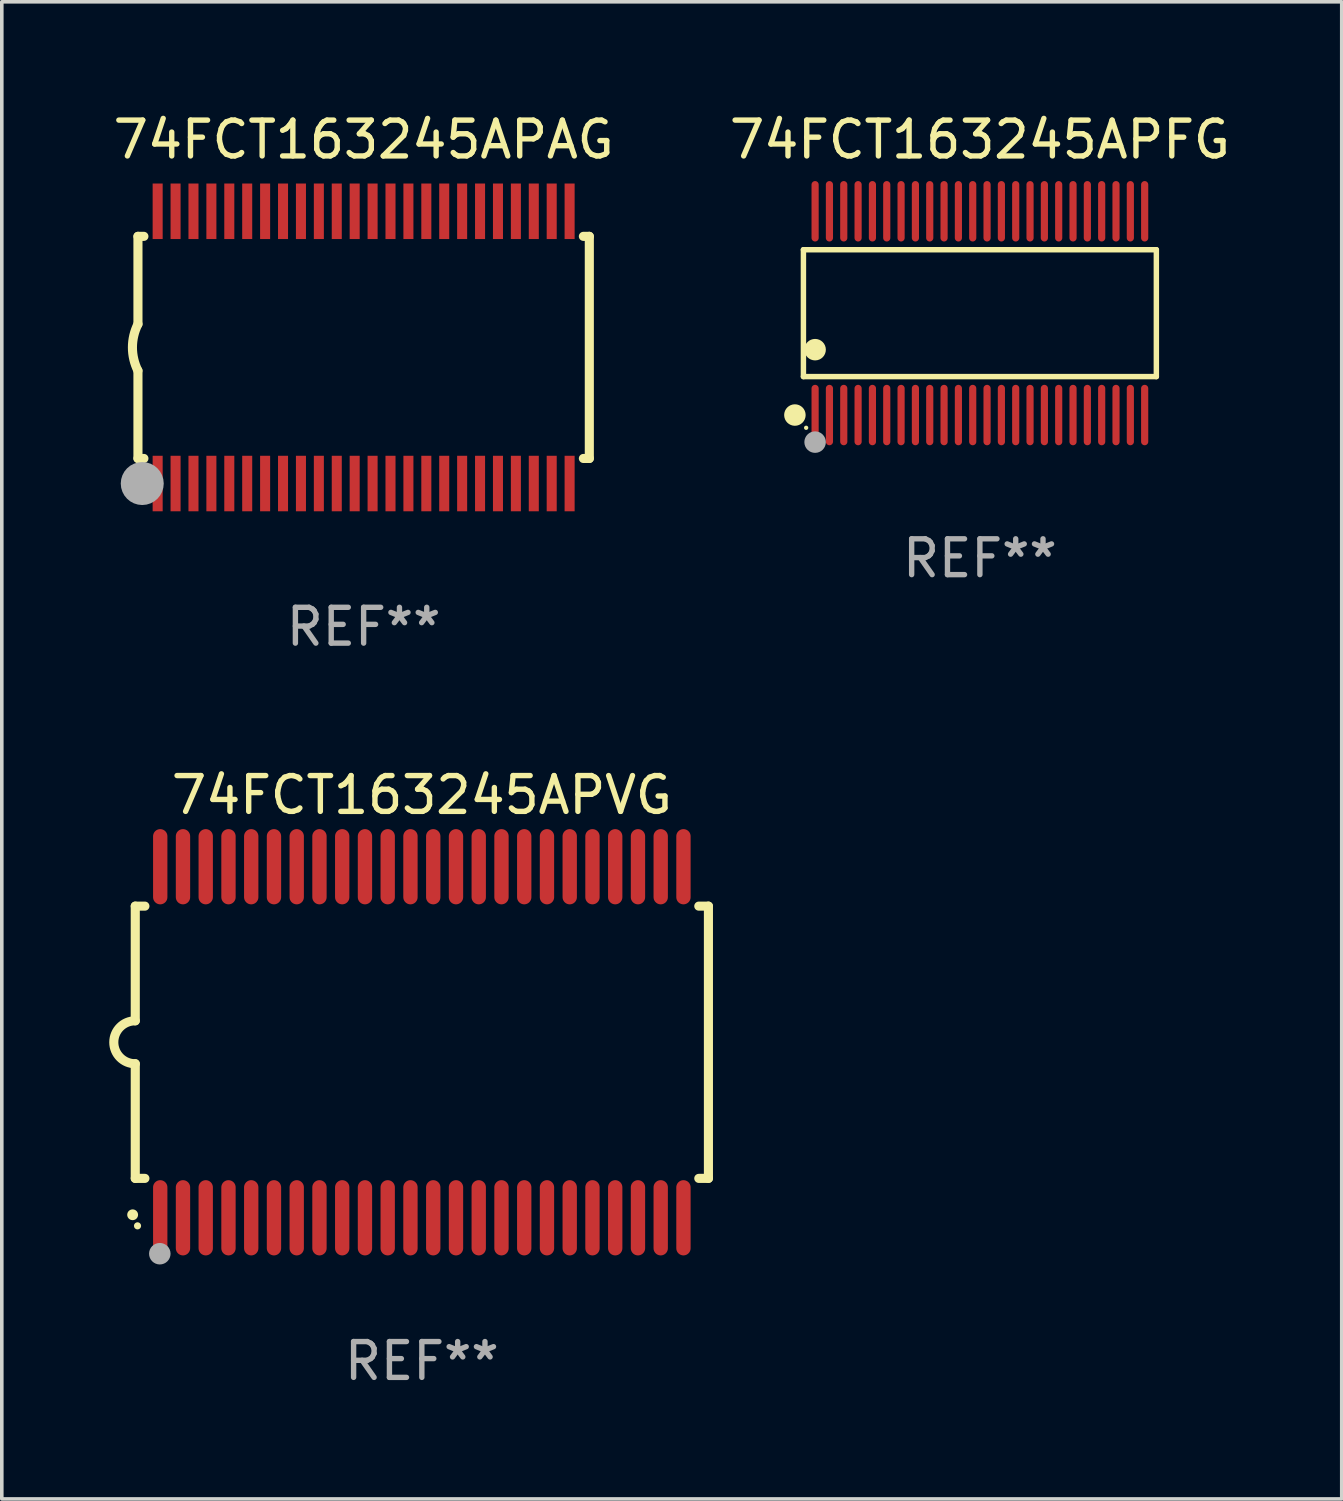
<source format=kicad_pcb>
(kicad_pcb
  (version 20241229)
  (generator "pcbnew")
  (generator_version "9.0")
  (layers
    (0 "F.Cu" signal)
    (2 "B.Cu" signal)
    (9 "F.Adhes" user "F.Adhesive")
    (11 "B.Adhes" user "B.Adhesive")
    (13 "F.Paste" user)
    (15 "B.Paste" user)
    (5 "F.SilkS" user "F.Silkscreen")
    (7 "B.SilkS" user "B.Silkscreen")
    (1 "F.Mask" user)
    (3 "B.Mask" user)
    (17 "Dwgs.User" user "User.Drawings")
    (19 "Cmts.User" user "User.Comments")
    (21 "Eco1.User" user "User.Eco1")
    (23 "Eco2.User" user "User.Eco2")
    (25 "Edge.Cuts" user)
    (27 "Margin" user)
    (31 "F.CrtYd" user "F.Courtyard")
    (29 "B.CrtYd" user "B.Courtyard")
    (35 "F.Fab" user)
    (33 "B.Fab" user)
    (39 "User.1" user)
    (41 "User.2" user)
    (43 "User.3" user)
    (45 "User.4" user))
  (footprint "74FCT163245APAG"
    (layer "F.Cu")
    (at 7.101 6.648)
    (property "Reference" "74FCT163245APAG" (at 0 -5.8 0) (layer "F.SilkS") (effects (font (size 1 1) (thickness 0.15))))
    (attr through_hole)
    (fp_line (start -6.3 -3.1) (end -6.3 -0.65) (stroke (width 0.254) (type solid)) (layer "F.SilkS"))
    (fp_line (start -6.3 -3.1) (end -6.134 -3.1) (stroke (width 0.254) (type solid)) (layer "F.SilkS"))
    (fp_line (start -6.3 3.1) (end -6.3 0.65) (stroke (width 0.254) (type solid)) (layer "F.SilkS"))
    (fp_line (start -6.3 3.1) (end -6.134 3.1) (stroke (width 0.254) (type solid)) (layer "F.SilkS"))
    (fp_line (start 6.134 -3.1) (end 6.3 -3.1) (stroke (width 0.254) (type solid)) (layer "F.SilkS"))
    (fp_line (start 6.134 3.1) (end 6.3 3.1) (stroke (width 0.254) (type solid)) (layer "F.SilkS"))
    (fp_line (start 6.3 -3.1) (end 6.3 3.1) (stroke (width 0.254) (type solid)) (layer "F.SilkS"))
    (fp_arc (start -6.301016 0.650114) (mid -6.45413 -0.000082) (end -6.3 -0.650038) (stroke (width 0.254001) (type solid)) (layer "F.SilkS"))
    (fp_circle (center -6.35 3.81) (end -6.223 3.81) (stroke (width 0.254) (type solid)) (fill no) (layer "F.SilkS"))
    (fp_circle (center -6.25 4.05) (end -6.22 4.05) (stroke (width 0.06) (type solid)) (fill no) (layer "F.SilkS"))
    (fp_circle (center -6.18 3.8) (end -5.88 3.8) (stroke (width 0.6) (type solid)) (fill no) (layer "F.Fab"))
    (fp_text user "REF**" (at 0 7.8 0) (layer "F.Fab") (effects (font (size 1 1) (thickness 0.15))))
    (pad "1" smd rect (at -5.75 3.8) (size 0.28 1.55) (layers "F.Cu" "F.Mask" "F.Paste"))
    (pad "2" smd rect (at -5.25 3.8) (size 0.28 1.55) (layers "F.Cu" "F.Mask" "F.Paste"))
    (pad "3" smd rect (at -4.75 3.8) (size 0.28 1.55) (layers "F.Cu" "F.Mask" "F.Paste"))
    (pad "4" smd rect (at -4.25 3.8) (size 0.28 1.55) (layers "F.Cu" "F.Mask" "F.Paste"))
    (pad "5" smd rect (at -3.75 3.8) (size 0.28 1.55) (layers "F.Cu" "F.Mask" "F.Paste"))
    (pad "6" smd rect (at -3.25 3.8) (size 0.28 1.55) (layers "F.Cu" "F.Mask" "F.Paste"))
    (pad "7" smd rect (at -2.75 3.8) (size 0.28 1.55) (layers "F.Cu" "F.Mask" "F.Paste"))
    (pad "8" smd rect (at -2.25 3.8) (size 0.28 1.55) (layers "F.Cu" "F.Mask" "F.Paste"))
    (pad "9" smd rect (at -1.75 3.8) (size 0.28 1.55) (layers "F.Cu" "F.Mask" "F.Paste"))
    (pad "10" smd rect (at -1.25 3.8) (size 0.28 1.55) (layers "F.Cu" "F.Mask" "F.Paste"))
    (pad "11" smd rect (at -0.75 3.8) (size 0.28 1.55) (layers "F.Cu" "F.Mask" "F.Paste"))
    (pad "12" smd rect (at -0.25 3.8) (size 0.28 1.55) (layers "F.Cu" "F.Mask" "F.Paste"))
    (pad "13" smd rect (at 0.25 3.8) (size 0.28 1.55) (layers "F.Cu" "F.Mask" "F.Paste"))
    (pad "14" smd rect (at 0.75 3.8) (size 0.28 1.55) (layers "F.Cu" "F.Mask" "F.Paste"))
    (pad "15" smd rect (at 1.25 3.8) (size 0.28 1.55) (layers "F.Cu" "F.Mask" "F.Paste"))
    (pad "16" smd rect (at 1.75 3.8) (size 0.28 1.55) (layers "F.Cu" "F.Mask" "F.Paste"))
    (pad "17" smd rect (at 2.25 3.8) (size 0.28 1.55) (layers "F.Cu" "F.Mask" "F.Paste"))
    (pad "18" smd rect (at 2.75 3.8) (size 0.28 1.55) (layers "F.Cu" "F.Mask" "F.Paste"))
    (pad "19" smd rect (at 3.25 3.8) (size 0.28 1.55) (layers "F.Cu" "F.Mask" "F.Paste"))
    (pad "20" smd rect (at 3.75 3.8) (size 0.28 1.55) (layers "F.Cu" "F.Mask" "F.Paste"))
    (pad "21" smd rect (at 4.25 3.8) (size 0.28 1.55) (layers "F.Cu" "F.Mask" "F.Paste"))
    (pad "22" smd rect (at 4.75 3.8) (size 0.28 1.55) (layers "F.Cu" "F.Mask" "F.Paste"))
    (pad "23" smd rect (at 5.25 3.8) (size 0.28 1.55) (layers "F.Cu" "F.Mask" "F.Paste"))
    (pad "24" smd rect (at 5.75 3.8) (size 0.28 1.55) (layers "F.Cu" "F.Mask" "F.Paste"))
    (pad "25" smd rect (at 5.75 -3.8) (size 0.28 1.55) (layers "F.Cu" "F.Mask" "F.Paste"))
    (pad "26" smd rect (at 5.25 -3.8) (size 0.28 1.55) (layers "F.Cu" "F.Mask" "F.Paste"))
    (pad "27" smd rect (at 4.75 -3.8) (size 0.28 1.55) (layers "F.Cu" "F.Mask" "F.Paste"))
    (pad "28" smd rect (at 4.25 -3.8) (size 0.28 1.55) (layers "F.Cu" "F.Mask" "F.Paste"))
    (pad "29" smd rect (at 3.75 -3.8) (size 0.28 1.55) (layers "F.Cu" "F.Mask" "F.Paste"))
    (pad "30" smd rect (at 3.25 -3.8) (size 0.28 1.55) (layers "F.Cu" "F.Mask" "F.Paste"))
    (pad "31" smd rect (at 2.75 -3.8) (size 0.28 1.55) (layers "F.Cu" "F.Mask" "F.Paste"))
    (pad "32" smd rect (at 2.25 -3.8) (size 0.28 1.55) (layers "F.Cu" "F.Mask" "F.Paste"))
    (pad "33" smd rect (at 1.75 -3.8) (size 0.28 1.55) (layers "F.Cu" "F.Mask" "F.Paste"))
    (pad "34" smd rect (at 1.25 -3.8) (size 0.28 1.55) (layers "F.Cu" "F.Mask" "F.Paste"))
    (pad "35" smd rect (at 0.75 -3.8) (size 0.28 1.55) (layers "F.Cu" "F.Mask" "F.Paste"))
    (pad "36" smd rect (at 0.25 -3.8) (size 0.28 1.55) (layers "F.Cu" "F.Mask" "F.Paste"))
    (pad "37" smd rect (at -0.25 -3.8) (size 0.28 1.55) (layers "F.Cu" "F.Mask" "F.Paste"))
    (pad "38" smd rect (at -0.75 -3.8) (size 0.28 1.55) (layers "F.Cu" "F.Mask" "F.Paste"))
    (pad "39" smd rect (at -1.25 -3.8) (size 0.28 1.55) (layers "F.Cu" "F.Mask" "F.Paste"))
    (pad "40" smd rect (at -1.75 -3.8) (size 0.28 1.55) (layers "F.Cu" "F.Mask" "F.Paste"))
    (pad "41" smd rect (at -2.25 -3.8) (size 0.28 1.55) (layers "F.Cu" "F.Mask" "F.Paste"))
    (pad "42" smd rect (at -2.75 -3.8) (size 0.28 1.55) (layers "F.Cu" "F.Mask" "F.Paste"))
    (pad "43" smd rect (at -3.25 -3.8) (size 0.28 1.55) (layers "F.Cu" "F.Mask" "F.Paste"))
    (pad "44" smd rect (at -3.75 -3.8) (size 0.28 1.55) (layers "F.Cu" "F.Mask" "F.Paste"))
    (pad "45" smd rect (at -4.25 -3.8) (size 0.28 1.55) (layers "F.Cu" "F.Mask" "F.Paste"))
    (pad "46" smd rect (at -4.75 -3.8) (size 0.28 1.55) (layers "F.Cu" "F.Mask" "F.Paste"))
    (pad "47" smd rect (at -5.25 -3.8) (size 0.28 1.55) (layers "F.Cu" "F.Mask" "F.Paste"))
    (pad "48" smd rect (at -5.75 -3.8) (size 0.28 1.55) (layers "F.Cu" "F.Mask" "F.Paste")))
  (footprint "74FCT163245APFG"
    (layer "F.Cu")
    (at 24.304 5.692)
    (property "Reference" "74FCT163245APFG" (at 0 -4.844 0) (layer "F.SilkS") (effects (font (size 1 1) (thickness 0.15))))
    (attr through_hole)
    (fp_line (start -4.926 -1.771) (end 4.926 -1.771) (stroke (width 0.152) (type solid)) (layer "F.SilkS"))
    (fp_line (start -4.926 1.771) (end -4.926 -1.771) (stroke (width 0.152) (type solid)) (layer "F.SilkS"))
    (fp_line (start 4.926 -1.771) (end 4.926 1.771) (stroke (width 0.152) (type solid)) (layer "F.SilkS"))
    (fp_line (start 4.926 1.771) (end -4.926 1.771) (stroke (width 0.152) (type solid)) (layer "F.SilkS"))
    (fp_circle (center -5.164 2.844) (end -5.014 2.844) (stroke (width 0.3) (type solid)) (fill no) (layer "F.SilkS"))
    (fp_circle (center -4.85 3.2) (end -4.82 3.2) (stroke (width 0.06) (type solid)) (fill no) (layer "F.SilkS"))
    (fp_circle (center -4.6 1.019) (end -4.45 1.019) (stroke (width 0.3) (type solid)) (fill no) (layer "F.SilkS"))
    (fp_circle (center -4.6 3.6) (end -4.45 3.6) (stroke (width 0.3) (type solid)) (fill no) (layer "F.Fab"))
    (fp_text user "REF**" (at 0 6.844 0) (layer "F.Fab") (effects (font (size 1 1) (thickness 0.15))))
    (pad "1" smd oval (at -4.6 2.844) (size 0.2 1.687) (layers "F.Cu" "F.Mask" "F.Paste"))
    (pad "2" smd oval (at -4.2 2.844) (size 0.2 1.687) (layers "F.Cu" "F.Mask" "F.Paste"))
    (pad "3" smd oval (at -3.8 2.844) (size 0.2 1.687) (layers "F.Cu" "F.Mask" "F.Paste"))
    (pad "4" smd oval (at -3.4 2.844) (size 0.2 1.687) (layers "F.Cu" "F.Mask" "F.Paste"))
    (pad "5" smd oval (at -3 2.844) (size 0.2 1.687) (layers "F.Cu" "F.Mask" "F.Paste"))
    (pad "6" smd oval (at -2.6 2.844) (size 0.2 1.687) (layers "F.Cu" "F.Mask" "F.Paste"))
    (pad "7" smd oval (at -2.2 2.844) (size 0.2 1.687) (layers "F.Cu" "F.Mask" "F.Paste"))
    (pad "8" smd oval (at -1.8 2.844) (size 0.2 1.687) (layers "F.Cu" "F.Mask" "F.Paste"))
    (pad "9" smd oval (at -1.4 2.844) (size 0.2 1.687) (layers "F.Cu" "F.Mask" "F.Paste"))
    (pad "10" smd oval (at -1 2.844) (size 0.2 1.687) (layers "F.Cu" "F.Mask" "F.Paste"))
    (pad "11" smd oval (at -0.6 2.844) (size 0.2 1.687) (layers "F.Cu" "F.Mask" "F.Paste"))
    (pad "12" smd oval (at -0.2 2.844) (size 0.2 1.687) (layers "F.Cu" "F.Mask" "F.Paste"))
    (pad "13" smd oval (at 0.2 2.844) (size 0.2 1.687) (layers "F.Cu" "F.Mask" "F.Paste"))
    (pad "14" smd oval (at 0.6 2.844) (size 0.2 1.687) (layers "F.Cu" "F.Mask" "F.Paste"))
    (pad "15" smd oval (at 1 2.844) (size 0.2 1.687) (layers "F.Cu" "F.Mask" "F.Paste"))
    (pad "16" smd oval (at 1.4 2.844) (size 0.2 1.687) (layers "F.Cu" "F.Mask" "F.Paste"))
    (pad "17" smd oval (at 1.8 2.844) (size 0.2 1.687) (layers "F.Cu" "F.Mask" "F.Paste"))
    (pad "18" smd oval (at 2.2 2.844) (size 0.2 1.687) (layers "F.Cu" "F.Mask" "F.Paste"))
    (pad "19" smd oval (at 2.6 2.844) (size 0.2 1.687) (layers "F.Cu" "F.Mask" "F.Paste"))
    (pad "20" smd oval (at 3 2.844) (size 0.2 1.687) (layers "F.Cu" "F.Mask" "F.Paste"))
    (pad "21" smd oval (at 3.4 2.844) (size 0.2 1.687) (layers "F.Cu" "F.Mask" "F.Paste"))
    (pad "22" smd oval (at 3.8 2.844) (size 0.2 1.687) (layers "F.Cu" "F.Mask" "F.Paste"))
    (pad "23" smd oval (at 4.2 2.844) (size 0.2 1.687) (layers "F.Cu" "F.Mask" "F.Paste"))
    (pad "24" smd oval (at 4.6 2.844) (size 0.2 1.687) (layers "F.Cu" "F.Mask" "F.Paste"))
    (pad "25" smd oval (at 4.6 -2.844) (size 0.2 1.687) (layers "F.Cu" "F.Mask" "F.Paste"))
    (pad "26" smd oval (at 4.2 -2.844) (size 0.2 1.687) (layers "F.Cu" "F.Mask" "F.Paste"))
    (pad "27" smd oval (at 3.8 -2.844) (size 0.2 1.687) (layers "F.Cu" "F.Mask" "F.Paste"))
    (pad "28" smd oval (at 3.4 -2.844) (size 0.2 1.687) (layers "F.Cu" "F.Mask" "F.Paste"))
    (pad "29" smd oval (at 3 -2.844) (size 0.2 1.687) (layers "F.Cu" "F.Mask" "F.Paste"))
    (pad "30" smd oval (at 2.6 -2.844) (size 0.2 1.687) (layers "F.Cu" "F.Mask" "F.Paste"))
    (pad "31" smd oval (at 2.2 -2.844) (size 0.2 1.687) (layers "F.Cu" "F.Mask" "F.Paste"))
    (pad "32" smd oval (at 1.8 -2.844) (size 0.2 1.687) (layers "F.Cu" "F.Mask" "F.Paste"))
    (pad "33" smd oval (at 1.4 -2.844) (size 0.2 1.687) (layers "F.Cu" "F.Mask" "F.Paste"))
    (pad "34" smd oval (at 1 -2.844) (size 0.2 1.687) (layers "F.Cu" "F.Mask" "F.Paste"))
    (pad "35" smd oval (at 0.6 -2.844) (size 0.2 1.687) (layers "F.Cu" "F.Mask" "F.Paste"))
    (pad "36" smd oval (at 0.2 -2.844) (size 0.2 1.687) (layers "F.Cu" "F.Mask" "F.Paste"))
    (pad "37" smd oval (at -0.2 -2.844) (size 0.2 1.687) (layers "F.Cu" "F.Mask" "F.Paste"))
    (pad "38" smd oval (at -0.6 -2.844) (size 0.2 1.687) (layers "F.Cu" "F.Mask" "F.Paste"))
    (pad "39" smd oval (at -1 -2.844) (size 0.2 1.687) (layers "F.Cu" "F.Mask" "F.Paste"))
    (pad "40" smd oval (at -1.4 -2.844) (size 0.2 1.687) (layers "F.Cu" "F.Mask" "F.Paste"))
    (pad "41" smd oval (at -1.8 -2.844) (size 0.2 1.687) (layers "F.Cu" "F.Mask" "F.Paste"))
    (pad "42" smd oval (at -2.2 -2.844) (size 0.2 1.687) (layers "F.Cu" "F.Mask" "F.Paste"))
    (pad "43" smd oval (at -2.6 -2.844) (size 0.2 1.687) (layers "F.Cu" "F.Mask" "F.Paste"))
    (pad "44" smd oval (at -3 -2.844) (size 0.2 1.687) (layers "F.Cu" "F.Mask" "F.Paste"))
    (pad "45" smd oval (at -3.4 -2.844) (size 0.2 1.687) (layers "F.Cu" "F.Mask" "F.Paste"))
    (pad "46" smd oval (at -3.8 -2.844) (size 0.2 1.687) (layers "F.Cu" "F.Mask" "F.Paste"))
    (pad "47" smd oval (at -4.2 -2.844) (size 0.2 1.687) (layers "F.Cu" "F.Mask" "F.Paste"))
    (pad "48" smd oval (at -4.6 -2.844) (size 0.2 1.687) (layers "F.Cu" "F.Mask" "F.Paste")))
  (footprint "74FCT163245APVG"
    (layer "F.Cu")
    (at 8.726 26.045)
    (property "Reference" "74FCT163245APVG" (at 0 -6.9 0) (layer "F.SilkS") (effects (font (size 1 1) (thickness 0.15))))
    (attr through_hole)
    (fp_line (start -8 -3.8) (end -8 -0.599) (stroke (width 0.254) (type solid)) (layer "F.SilkS"))
    (fp_line (start -8 -3.8) (end -7.731 -3.8) (stroke (width 0.254) (type solid)) (layer "F.SilkS"))
    (fp_line (start -8 3.8) (end -8 0.599) (stroke (width 0.254) (type solid)) (layer "F.SilkS"))
    (fp_line (start -7.731 3.8) (end -8 3.8) (stroke (width 0.254) (type solid)) (layer "F.SilkS"))
    (fp_line (start 7.731 -3.8) (end 8 -3.8) (stroke (width 0.254) (type solid)) (layer "F.SilkS"))
    (fp_line (start 8 -3.8) (end 8 3.8) (stroke (width 0.254) (type solid)) (layer "F.SilkS"))
    (fp_line (start 8 3.8) (end 7.731 3.8) (stroke (width 0.254) (type solid)) (layer "F.SilkS"))
    (fp_arc (start -8.074676 4.81585) (mid -8.073406 4.815845) (end -8.072136 4.81585) (stroke (width 0.3) (type solid)) (layer "F.SilkS"))
    (fp_arc (start -8.000025 0.6) (mid -8.598908 0.00056) (end -8.000027 -0.598882) (stroke (width 0.254001) (type solid)) (layer "F.SilkS"))
    (fp_circle (center -7.937 5.125) (end -7.887 5.125) (stroke (width 0.1) (type solid)) (fill no) (layer "F.SilkS"))
    (fp_circle (center -7.315 5.903) (end -7.165 5.903) (stroke (width 0.3) (type solid)) (fill no) (layer "F.Fab"))
    (fp_text user "REF**" (at 0 8.9 0) (layer "F.Fab") (effects (font (size 1 1) (thickness 0.15))))
    (pad "1" smd oval (at -7.303 4.9) (size 0.4 2.1) (layers "F.Cu" "F.Mask" "F.Paste"))
    (pad "2" smd oval (at -6.668 4.9) (size 0.4 2.1) (layers "F.Cu" "F.Mask" "F.Paste"))
    (pad "3" smd oval (at -6.033 4.9) (size 0.4 2.1) (layers "F.Cu" "F.Mask" "F.Paste"))
    (pad "4" smd oval (at -5.398 4.9) (size 0.4 2.1) (layers "F.Cu" "F.Mask" "F.Paste"))
    (pad "5" smd oval (at -4.763 4.9) (size 0.4 2.1) (layers "F.Cu" "F.Mask" "F.Paste"))
    (pad "6" smd oval (at -4.128 4.9) (size 0.4 2.1) (layers "F.Cu" "F.Mask" "F.Paste"))
    (pad "7" smd oval (at -3.493 4.9) (size 0.4 2.1) (layers "F.Cu" "F.Mask" "F.Paste"))
    (pad "8" smd oval (at -2.858 4.9) (size 0.4 2.1) (layers "F.Cu" "F.Mask" "F.Paste"))
    (pad "9" smd oval (at -2.223 4.9) (size 0.4 2.1) (layers "F.Cu" "F.Mask" "F.Paste"))
    (pad "10" smd oval (at -1.588 4.9) (size 0.4 2.1) (layers "F.Cu" "F.Mask" "F.Paste"))
    (pad "11" smd oval (at -0.953 4.9) (size 0.4 2.1) (layers "F.Cu" "F.Mask" "F.Paste"))
    (pad "12" smd oval (at -0.318 4.9) (size 0.4 2.1) (layers "F.Cu" "F.Mask" "F.Paste"))
    (pad "13" smd oval (at 0.318 4.9) (size 0.4 2.1) (layers "F.Cu" "F.Mask" "F.Paste"))
    (pad "14" smd oval (at 0.953 4.9) (size 0.4 2.1) (layers "F.Cu" "F.Mask" "F.Paste"))
    (pad "15" smd oval (at 1.588 4.9) (size 0.4 2.1) (layers "F.Cu" "F.Mask" "F.Paste"))
    (pad "16" smd oval (at 2.223 4.9) (size 0.4 2.1) (layers "F.Cu" "F.Mask" "F.Paste"))
    (pad "17" smd oval (at 2.858 4.9) (size 0.4 2.1) (layers "F.Cu" "F.Mask" "F.Paste"))
    (pad "18" smd oval (at 3.493 4.9) (size 0.4 2.1) (layers "F.Cu" "F.Mask" "F.Paste"))
    (pad "19" smd oval (at 4.128 4.9) (size 0.4 2.1) (layers "F.Cu" "F.Mask" "F.Paste"))
    (pad "20" smd oval (at 4.763 4.9) (size 0.4 2.1) (layers "F.Cu" "F.Mask" "F.Paste"))
    (pad "21" smd oval (at 5.398 4.9) (size 0.4 2.1) (layers "F.Cu" "F.Mask" "F.Paste"))
    (pad "22" smd oval (at 6.033 4.9) (size 0.4 2.1) (layers "F.Cu" "F.Mask" "F.Paste"))
    (pad "23" smd oval (at 6.668 4.9) (size 0.4 2.1) (layers "F.Cu" "F.Mask" "F.Paste"))
    (pad "24" smd oval (at 7.303 4.9) (size 0.4 2.1) (layers "F.Cu" "F.Mask" "F.Paste"))
    (pad "25" smd oval (at 7.303 -4.9 180) (size 0.4 2.1) (layers "F.Cu" "F.Mask" "F.Paste"))
    (pad "26" smd oval (at 6.668 -4.9 180) (size 0.4 2.1) (layers "F.Cu" "F.Mask" "F.Paste"))
    (pad "27" smd oval (at 6.033 -4.9 180) (size 0.4 2.1) (layers "F.Cu" "F.Mask" "F.Paste"))
    (pad "28" smd oval (at 5.398 -4.9 180) (size 0.4 2.1) (layers "F.Cu" "F.Mask" "F.Paste"))
    (pad "29" smd oval (at 4.763 -4.9 180) (size 0.4 2.1) (layers "F.Cu" "F.Mask" "F.Paste"))
    (pad "30" smd oval (at 4.128 -4.9 180) (size 0.4 2.1) (layers "F.Cu" "F.Mask" "F.Paste"))
    (pad "31" smd oval (at 3.493 -4.9 180) (size 0.4 2.1) (layers "F.Cu" "F.Mask" "F.Paste"))
    (pad "32" smd oval (at 2.858 -4.9 180) (size 0.4 2.1) (layers "F.Cu" "F.Mask" "F.Paste"))
    (pad "33" smd oval (at 2.223 -4.9 180) (size 0.4 2.1) (layers "F.Cu" "F.Mask" "F.Paste"))
    (pad "34" smd oval (at 1.588 -4.9 180) (size 0.4 2.1) (layers "F.Cu" "F.Mask" "F.Paste"))
    (pad "35" smd oval (at 0.953 -4.9 180) (size 0.4 2.1) (layers "F.Cu" "F.Mask" "F.Paste"))
    (pad "36" smd oval (at 0.318 -4.9 180) (size 0.4 2.1) (layers "F.Cu" "F.Mask" "F.Paste"))
    (pad "37" smd oval (at -0.318 -4.9 180) (size 0.4 2.1) (layers "F.Cu" "F.Mask" "F.Paste"))
    (pad "38" smd oval (at -0.953 -4.9 180) (size 0.4 2.1) (layers "F.Cu" "F.Mask" "F.Paste"))
    (pad "39" smd oval (at -1.588 -4.9 180) (size 0.4 2.1) (layers "F.Cu" "F.Mask" "F.Paste"))
    (pad "40" smd oval (at -2.223 -4.9 180) (size 0.4 2.1) (layers "F.Cu" "F.Mask" "F.Paste"))
    (pad "41" smd oval (at -2.858 -4.9 180) (size 0.4 2.1) (layers "F.Cu" "F.Mask" "F.Paste"))
    (pad "42" smd oval (at -3.493 -4.9 180) (size 0.4 2.1) (layers "F.Cu" "F.Mask" "F.Paste"))
    (pad "43" smd oval (at -4.128 -4.9 180) (size 0.4 2.1) (layers "F.Cu" "F.Mask" "F.Paste"))
    (pad "44" smd oval (at -4.763 -4.9 180) (size 0.4 2.1) (layers "F.Cu" "F.Mask" "F.Paste"))
    (pad "45" smd oval (at -5.398 -4.9 180) (size 0.4 2.1) (layers "F.Cu" "F.Mask" "F.Paste"))
    (pad "46" smd oval (at -6.033 -4.9 180) (size 0.4 2.1) (layers "F.Cu" "F.Mask" "F.Paste"))
    (pad "47" smd oval (at -6.668 -4.9 180) (size 0.4 2.1) (layers "F.Cu" "F.Mask" "F.Paste"))
    (pad "48" smd oval (at -7.303 -4.9 180) (size 0.4 2.1) (layers "F.Cu" "F.Mask" "F.Paste")))
  (gr_rect
    (start -3 -3)
    (end 34.405 38.793)
    (stroke (width 0.1) (type default))
    (fill no)
    (layer "Edge.Cuts")))
</source>
